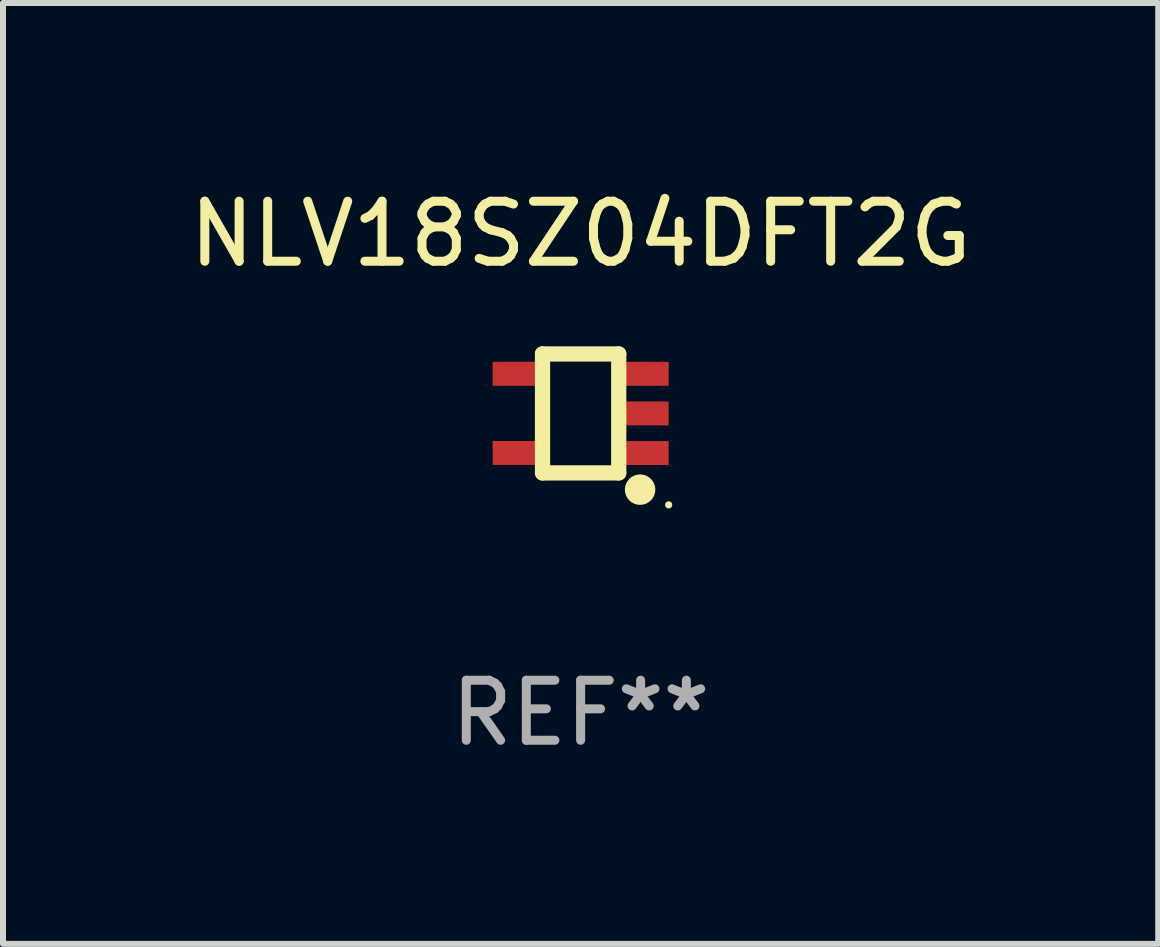
<source format=kicad_pcb>
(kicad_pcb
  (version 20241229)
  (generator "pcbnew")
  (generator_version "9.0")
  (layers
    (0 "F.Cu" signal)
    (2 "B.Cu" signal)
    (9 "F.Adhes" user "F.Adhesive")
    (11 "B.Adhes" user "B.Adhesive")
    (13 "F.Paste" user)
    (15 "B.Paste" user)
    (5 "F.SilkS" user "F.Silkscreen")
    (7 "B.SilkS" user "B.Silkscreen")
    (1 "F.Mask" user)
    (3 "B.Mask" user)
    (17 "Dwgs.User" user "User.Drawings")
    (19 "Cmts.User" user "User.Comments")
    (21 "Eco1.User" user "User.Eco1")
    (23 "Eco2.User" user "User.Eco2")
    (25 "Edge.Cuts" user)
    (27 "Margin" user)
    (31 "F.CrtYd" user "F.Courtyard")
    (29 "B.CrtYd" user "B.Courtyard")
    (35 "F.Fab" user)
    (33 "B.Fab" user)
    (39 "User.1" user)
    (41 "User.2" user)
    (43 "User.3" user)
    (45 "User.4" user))
  (footprint "NLV18SZ04DFT2G"
    (layer "F.Cu")
    (at 6.625 3.839)
    (property "Reference" "NLV18SZ04DFT2G" (at 0 -2.991 0) (layer "F.SilkS") (effects (font (size 1 1) (thickness 0.15))))
    (attr through_hole)
    (fp_line (start -0.635 -0.991) (end 0.635 -0.991) (stroke (width 0.254) (type solid)) (layer "F.SilkS"))
    (fp_line (start -0.635 0.991) (end -0.635 -0.991) (stroke (width 0.254) (type solid)) (layer "F.SilkS"))
    (fp_line (start 0.635 -0.991) (end 0.635 0.991) (stroke (width 0.254) (type solid)) (layer "F.SilkS"))
    (fp_line (start 0.635 0.991) (end -0.635 0.991) (stroke (width 0.254) (type solid)) (layer "F.SilkS"))
    (fp_circle (center 0.991 1.27) (end 1.118 1.27) (stroke (width 0.254) (type solid)) (fill no) (layer "F.SilkS"))
    (fp_circle (center 1.467 1.524) (end 1.497 1.524) (stroke (width 0.06) (type solid)) (fill no) (layer "F.SilkS"))
    (fp_text user "REF**" (at 0 4.991 0) (layer "F.Fab") (effects (font (size 1 1) (thickness 0.15))))
    (pad "1" smd rect (at 1.067 0.66 180) (size 0.8 0.399) (layers "F.Cu" "F.Mask" "F.Paste"))
    (pad "2" smd rect (at 1.067 0 180) (size 0.8 0.399) (layers "F.Cu" "F.Mask" "F.Paste"))
    (pad "3" smd rect (at 1.067 -0.66 180) (size 0.8 0.399) (layers "F.Cu" "F.Mask" "F.Paste"))
    (pad "4" smd rect (at -1.067 -0.66 180) (size 0.8 0.399) (layers "F.Cu" "F.Mask" "F.Paste"))
    (pad "5" smd rect (at -1.066 0.659 180) (size 0.8 0.399) (layers "F.Cu" "F.Mask" "F.Paste")))
  (gr_rect
    (start -3 -3)
    (end 16.25 12.678)
    (stroke (width 0.1) (type default))
    (fill no)
    (layer "Edge.Cuts")))
</source>
